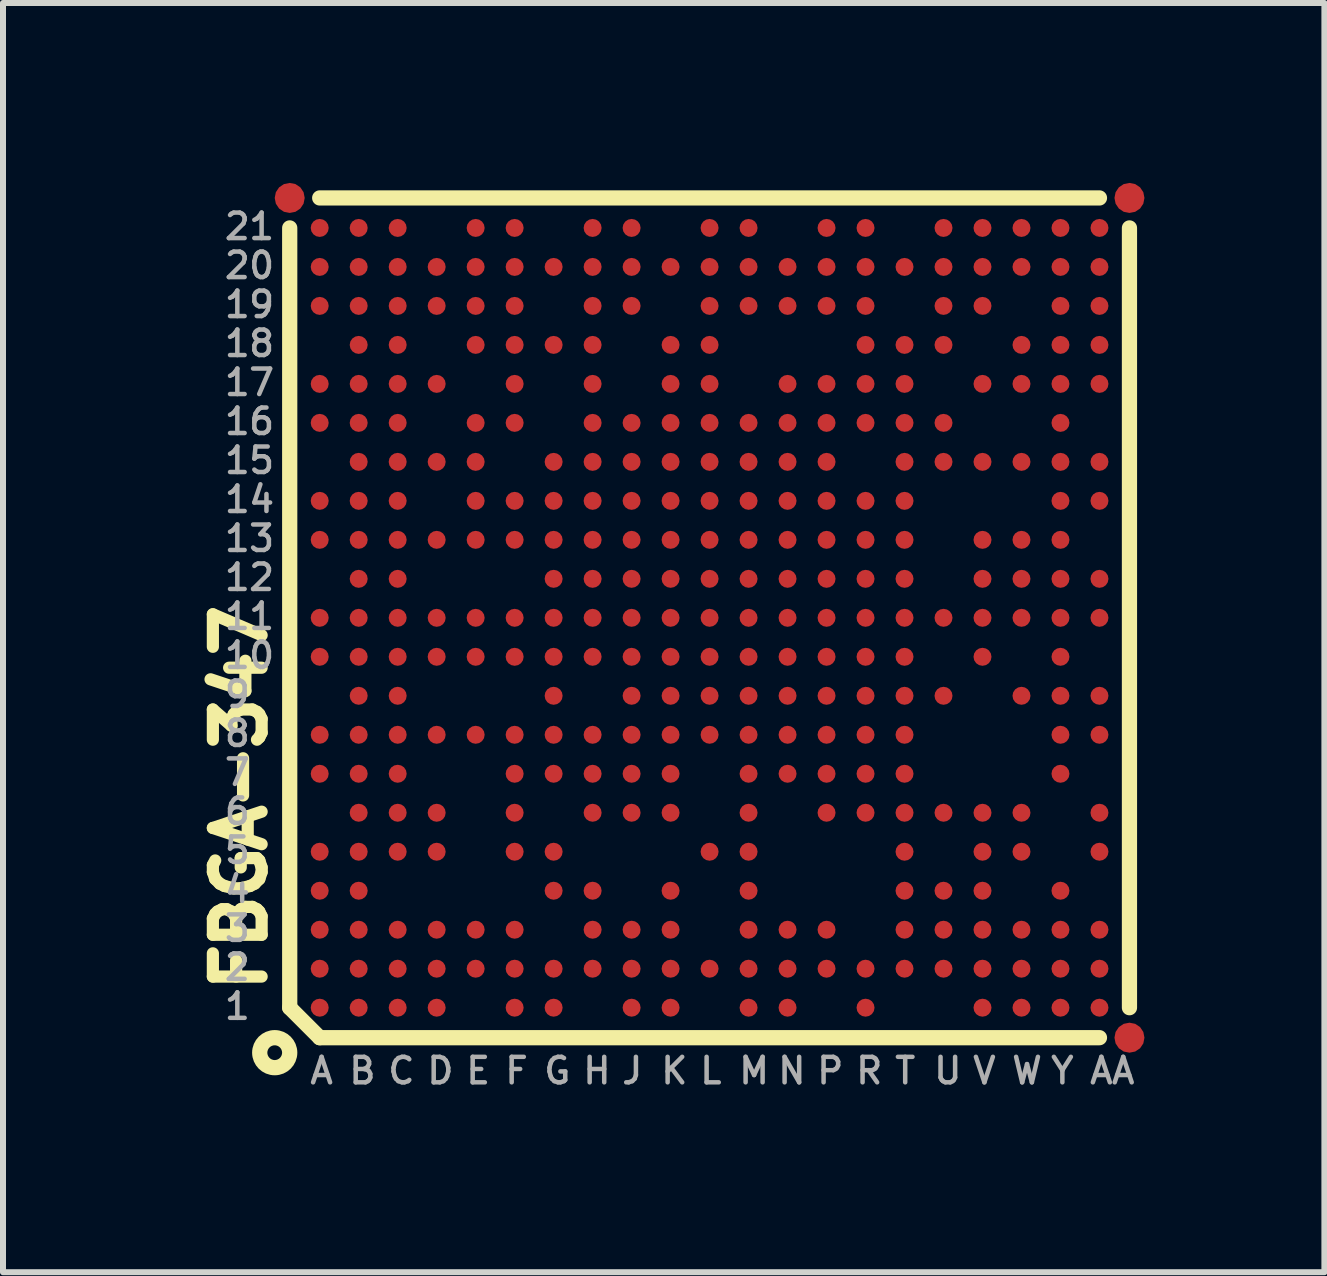
<source format=kicad_pcb>
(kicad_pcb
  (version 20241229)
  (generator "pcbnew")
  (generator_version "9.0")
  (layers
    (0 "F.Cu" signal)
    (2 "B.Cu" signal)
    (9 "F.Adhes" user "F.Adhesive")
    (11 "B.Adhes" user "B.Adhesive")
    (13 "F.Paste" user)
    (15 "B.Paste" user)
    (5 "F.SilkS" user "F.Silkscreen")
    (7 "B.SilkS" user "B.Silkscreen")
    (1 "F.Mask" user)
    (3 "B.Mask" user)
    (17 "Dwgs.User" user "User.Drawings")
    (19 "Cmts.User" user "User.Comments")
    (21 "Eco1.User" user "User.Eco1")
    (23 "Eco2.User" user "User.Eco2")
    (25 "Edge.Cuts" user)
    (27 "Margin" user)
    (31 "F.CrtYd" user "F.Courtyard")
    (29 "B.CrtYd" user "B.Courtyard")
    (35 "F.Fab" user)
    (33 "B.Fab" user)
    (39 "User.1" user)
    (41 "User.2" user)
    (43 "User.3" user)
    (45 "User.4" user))
  (footprint "FBGA-347"
    (layer "F.Cu")
    (at 8.78 7.25)
    (property "Reference" "FBGA-347" (at -7.358 6.308 90) (unlocked yes) (layer "F.SilkS") (effects (font (size 0.813 0.813) (thickness 0.203)) (justify left bottom)))
    (fp_line (start -7 -6.5) (end -7 6.5) (stroke (width 0.254) (type solid)) (layer "F.SilkS"))
    (fp_line (start -7 6.5) (end -6.5 7) (stroke (width 0.254) (type solid)) (layer "F.SilkS"))
    (fp_line (start -6.5 7) (end 6.5 7) (stroke (width 0.254) (type solid)) (layer "F.SilkS"))
    (fp_line (start 6.5 -7) (end -6.5 -7) (stroke (width 0.254) (type solid)) (layer "F.SilkS"))
    (fp_line (start 7 6.5) (end 7 -6.5) (stroke (width 0.254) (type solid)) (layer "F.SilkS"))
    (fp_circle (center -7.25 7.25) (end -7 7.25) (stroke (width 0.254) (type solid)) (fill no) (layer "F.SilkS"))
    (fp_text user "Y" (at 5.65 7.8 0) (layer "F.Fab") (effects (font (size 0.425 0.425) (thickness 0.075)) (justify left bottom)))
    (fp_text user "D" (at -4.75 7.8 0) (layer "F.Fab") (effects (font (size 0.425 0.425) (thickness 0.075)) (justify left bottom)))
    (fp_text user "N" (at 1.1 7.8 0) (layer "F.Fab") (effects (font (size 0.425 0.425) (thickness 0.075)) (justify left bottom)))
    (fp_text user "C" (at -5.4 7.8 0) (layer "F.Fab") (effects (font (size 0.425 0.425) (thickness 0.075)) (justify left bottom)))
    (fp_text user "8" (at -8.125 2.175 0) (layer "F.Fab") (effects (font (size 0.425 0.425) (thickness 0.075)) (justify left bottom)))
    (fp_text user "14" (at -8.125 -1.725 0) (layer "F.Fab") (effects (font (size 0.425 0.425) (thickness 0.075)) (justify left bottom)))
    (fp_text user "R" (at 2.4 7.8 0) (layer "F.Fab") (effects (font (size 0.425 0.425) (thickness 0.075)) (justify left bottom)))
    (fp_text user "J" (at -1.5 7.8 0) (layer "F.Fab") (effects (font (size 0.425 0.425) (thickness 0.075)) (justify left bottom)))
    (fp_text user "19" (at -8.125 -4.975 0) (layer "F.Fab") (effects (font (size 0.425 0.425) (thickness 0.075)) (justify left bottom)))
    (fp_text user "21" (at -8.125 -6.275 0) (layer "F.Fab") (effects (font (size 0.425 0.425) (thickness 0.075)) (justify left bottom)))
    (fp_text user "F" (at -3.45 7.8 0) (layer "F.Fab") (effects (font (size 0.425 0.425) (thickness 0.075)) (justify left bottom)))
    (fp_text user "U" (at 3.7 7.8 0) (layer "F.Fab") (effects (font (size 0.425 0.425) (thickness 0.075)) (justify left bottom)))
    (fp_text user "A" (at -6.7 7.8 0) (layer "F.Fab") (effects (font (size 0.425 0.425) (thickness 0.075)) (justify left bottom)))
    (fp_text user "T" (at 3.05 7.8 0) (layer "F.Fab") (effects (font (size 0.425 0.425) (thickness 0.075)) (justify left bottom)))
    (fp_text user "W" (at 5 7.8 0) (layer "F.Fab") (effects (font (size 0.425 0.425) (thickness 0.075)) (justify left bottom)))
    (fp_text user "P" (at 1.75 7.8 0) (layer "F.Fab") (effects (font (size 0.425 0.425) (thickness 0.075)) (justify left bottom)))
    (fp_text user "AA" (at 6.3 7.8 0) (layer "F.Fab") (effects (font (size 0.425 0.425) (thickness 0.075)) (justify left bottom)))
    (fp_text user "10" (at -8.125 0.875 0) (layer "F.Fab") (effects (font (size 0.425 0.425) (thickness 0.075)) (justify left bottom)))
    (fp_text user "15" (at -8.125 -2.375 0) (layer "F.Fab") (effects (font (size 0.425 0.425) (thickness 0.075)) (justify left bottom)))
    (fp_text user "17" (at -8.125 -3.675 0) (layer "F.Fab") (effects (font (size 0.425 0.425) (thickness 0.075)) (justify left bottom)))
    (fp_text user "V" (at 4.35 7.8 0) (layer "F.Fab") (effects (font (size 0.425 0.425) (thickness 0.075)) (justify left bottom)))
    (fp_text user "E" (at -4.1 7.8 0) (layer "F.Fab") (effects (font (size 0.425 0.425) (thickness 0.075)) (justify left bottom)))
    (fp_text user "4" (at -8.125 4.775 0) (layer "F.Fab") (effects (font (size 0.425 0.425) (thickness 0.075)) (justify left bottom)))
    (fp_text user "11" (at -8.125 0.225 0) (layer "F.Fab") (effects (font (size 0.425 0.425) (thickness 0.075)) (justify left bottom)))
    (fp_text user "7" (at -8.125 2.825 0) (layer "F.Fab") (effects (font (size 0.425 0.425) (thickness 0.075)) (justify left bottom)))
    (fp_text user "16" (at -8.125 -3.025 0) (layer "F.Fab") (effects (font (size 0.425 0.425) (thickness 0.075)) (justify left bottom)))
    (fp_text user "G" (at -2.8 7.8 0) (layer "F.Fab") (effects (font (size 0.425 0.425) (thickness 0.075)) (justify left bottom)))
    (fp_text user "M" (at 0.45 7.8 0) (layer "F.Fab") (effects (font (size 0.425 0.425) (thickness 0.075)) (justify left bottom)))
    (fp_text user "20" (at -8.125 -5.625 0) (layer "F.Fab") (effects (font (size 0.425 0.425) (thickness 0.075)) (justify left bottom)))
    (fp_text user "K" (at -0.85 7.8 0) (layer "F.Fab") (effects (font (size 0.425 0.425) (thickness 0.075)) (justify left bottom)))
    (fp_text user "5" (at -8.125 4.125 0) (layer "F.Fab") (effects (font (size 0.425 0.425) (thickness 0.075)) (justify left bottom)))
    (fp_text user "13" (at -8.125 -1.075 0) (layer "F.Fab") (effects (font (size 0.425 0.425) (thickness 0.075)) (justify left bottom)))
    (fp_text user "B" (at -6.05 7.8 0) (layer "F.Fab") (effects (font (size 0.425 0.425) (thickness 0.075)) (justify left bottom)))
    (fp_text user "2" (at -8.125 6.075 0) (layer "F.Fab") (effects (font (size 0.425 0.425) (thickness 0.075)) (justify left bottom)))
    (fp_text user "3" (at -8.125 5.425 0) (layer "F.Fab") (effects (font (size 0.425 0.425) (thickness 0.075)) (justify left bottom)))
    (fp_text user "H" (at -2.15 7.8 0) (layer "F.Fab") (effects (font (size 0.425 0.425) (thickness 0.075)) (justify left bottom)))
    (fp_text user "18" (at -8.125 -4.325 0) (layer "F.Fab") (effects (font (size 0.425 0.425) (thickness 0.075)) (justify left bottom)))
    (fp_text user "9" (at -8.125 1.525 0) (layer "F.Fab") (effects (font (size 0.425 0.425) (thickness 0.075)) (justify left bottom)))
    (fp_text user "6" (at -8.125 3.475 0) (layer "F.Fab") (effects (font (size 0.425 0.425) (thickness 0.075)) (justify left bottom)))
    (fp_text user "L" (at -0.2 7.8 0) (layer "F.Fab") (effects (font (size 0.425 0.425) (thickness 0.075)) (justify left bottom)))
    (fp_text user "1" (at -8.125 6.725 0) (layer "F.Fab") (effects (font (size 0.425 0.425) (thickness 0.075)) (justify left bottom)))
    (fp_text user "12" (at -8.125 -0.425 0) (layer "F.Fab") (effects (font (size 0.425 0.425) (thickness 0.075)) (justify left bottom)))
    (pad "A1" smd roundrect (at -6.5 6.5 90) (size 0.3 0.3) (layers "F.Cu" "F.Mask" "F.Paste") (roundrect_rratio 0.5))
    (pad "A2" smd roundrect (at -6.5 5.85 90) (size 0.3 0.3) (layers "F.Cu" "F.Mask" "F.Paste") (roundrect_rratio 0.5))
    (pad "A3" smd roundrect (at -6.5 5.2 90) (size 0.3 0.3) (layers "F.Cu" "F.Mask" "F.Paste") (roundrect_rratio 0.5))
    (pad "A4" smd roundrect (at -6.5 4.55 90) (size 0.3 0.3) (layers "F.Cu" "F.Mask" "F.Paste") (roundrect_rratio 0.5))
    (pad "A5" smd roundrect (at -6.5 3.9 90) (size 0.3 0.3) (layers "F.Cu" "F.Mask" "F.Paste") (roundrect_rratio 0.5))
    (pad "A7" smd roundrect (at -6.5 2.6 90) (size 0.3 0.3) (layers "F.Cu" "F.Mask" "F.Paste") (roundrect_rratio 0.5))
    (pad "A8" smd roundrect (at -6.5 1.95 90) (size 0.3 0.3) (layers "F.Cu" "F.Mask" "F.Paste") (roundrect_rratio 0.5))
    (pad "A10" smd roundrect (at -6.5 0.65 90) (size 0.3 0.3) (layers "F.Cu" "F.Mask" "F.Paste") (roundrect_rratio 0.5))
    (pad "A11" smd roundrect (at -6.5 0 90) (size 0.3 0.3) (layers "F.Cu" "F.Mask" "F.Paste") (roundrect_rratio 0.5))
    (pad "A13" smd roundrect (at -6.5 -1.3 90) (size 0.3 0.3) (layers "F.Cu" "F.Mask" "F.Paste") (roundrect_rratio 0.5))
    (pad "A14" smd roundrect (at -6.5 -1.95 90) (size 0.3 0.3) (layers "F.Cu" "F.Mask" "F.Paste") (roundrect_rratio 0.5))
    (pad "A16" smd roundrect (at -6.5 -3.25 90) (size 0.3 0.3) (layers "F.Cu" "F.Mask" "F.Paste") (roundrect_rratio 0.5))
    (pad "A17" smd roundrect (at -6.5 -3.9 90) (size 0.3 0.3) (layers "F.Cu" "F.Mask" "F.Paste") (roundrect_rratio 0.5))
    (pad "A19" smd roundrect (at -6.5 -5.2 90) (size 0.3 0.3) (layers "F.Cu" "F.Mask" "F.Paste") (roundrect_rratio 0.5))
    (pad "A20" smd roundrect (at -6.5 -5.85 90) (size 0.3 0.3) (layers "F.Cu" "F.Mask" "F.Paste") (roundrect_rratio 0.5))
    (pad "A21" smd roundrect (at -6.5 -6.5 90) (size 0.3 0.3) (layers "F.Cu" "F.Mask" "F.Paste") (roundrect_rratio 0.5))
    (pad "AA1" smd roundrect (at 6.5 6.5 90) (size 0.3 0.3) (layers "F.Cu" "F.Mask" "F.Paste") (roundrect_rratio 0.5))
    (pad "AA2" smd roundrect (at 6.5 5.85 90) (size 0.3 0.3) (layers "F.Cu" "F.Mask" "F.Paste") (roundrect_rratio 0.5))
    (pad "AA3" smd roundrect (at 6.5 5.2 90) (size 0.3 0.3) (layers "F.Cu" "F.Mask" "F.Paste") (roundrect_rratio 0.5))
    (pad "AA5" smd roundrect (at 6.5 3.9 90) (size 0.3 0.3) (layers "F.Cu" "F.Mask" "F.Paste") (roundrect_rratio 0.5))
    (pad "AA6" smd roundrect (at 6.5 3.25 90) (size 0.3 0.3) (layers "F.Cu" "F.Mask" "F.Paste") (roundrect_rratio 0.5))
    (pad "AA8" smd roundrect (at 6.5 1.95 90) (size 0.3 0.3) (layers "F.Cu" "F.Mask" "F.Paste") (roundrect_rratio 0.5))
    (pad "AA9" smd roundrect (at 6.5 1.3 90) (size 0.3 0.3) (layers "F.Cu" "F.Mask" "F.Paste") (roundrect_rratio 0.5))
    (pad "AA11" smd roundrect (at 6.5 0 90) (size 0.3 0.3) (layers "F.Cu" "F.Mask" "F.Paste") (roundrect_rratio 0.5))
    (pad "AA12" smd roundrect (at 6.5 -0.65 90) (size 0.3 0.3) (layers "F.Cu" "F.Mask" "F.Paste") (roundrect_rratio 0.5))
    (pad "AA14" smd roundrect (at 6.5 -1.95 90) (size 0.3 0.3) (layers "F.Cu" "F.Mask" "F.Paste") (roundrect_rratio 0.5))
    (pad "AA15" smd roundrect (at 6.5 -2.6 90) (size 0.3 0.3) (layers "F.Cu" "F.Mask" "F.Paste") (roundrect_rratio 0.5))
    (pad "AA17" smd roundrect (at 6.5 -3.9 90) (size 0.3 0.3) (layers "F.Cu" "F.Mask" "F.Paste") (roundrect_rratio 0.5))
    (pad "AA18" smd roundrect (at 6.5 -4.55 90) (size 0.3 0.3) (layers "F.Cu" "F.Mask" "F.Paste") (roundrect_rratio 0.5))
    (pad "AA19" smd roundrect (at 6.5 -5.2 90) (size 0.3 0.3) (layers "F.Cu" "F.Mask" "F.Paste") (roundrect_rratio 0.5))
    (pad "AA20" smd roundrect (at 6.5 -5.85 90) (size 0.3 0.3) (layers "F.Cu" "F.Mask" "F.Paste") (roundrect_rratio 0.5))
    (pad "AA21" smd roundrect (at 6.5 -6.5 90) (size 0.3 0.3) (layers "F.Cu" "F.Mask" "F.Paste") (roundrect_rratio 0.5))
    (pad "B1" smd roundrect (at -5.85 6.5 90) (size 0.3 0.3) (layers "F.Cu" "F.Mask" "F.Paste") (roundrect_rratio 0.5))
    (pad "B2" smd roundrect (at -5.85 5.85 90) (size 0.3 0.3) (layers "F.Cu" "F.Mask" "F.Paste") (roundrect_rratio 0.5))
    (pad "B3" smd roundrect (at -5.85 5.2 90) (size 0.3 0.3) (layers "F.Cu" "F.Mask" "F.Paste") (roundrect_rratio 0.5))
    (pad "B4" smd roundrect (at -5.85 4.55 90) (size 0.3 0.3) (layers "F.Cu" "F.Mask" "F.Paste") (roundrect_rratio 0.5))
    (pad "B5" smd roundrect (at -5.85 3.9 90) (size 0.3 0.3) (layers "F.Cu" "F.Mask" "F.Paste") (roundrect_rratio 0.5))
    (pad "B6" smd roundrect (at -5.85 3.25 90) (size 0.3 0.3) (layers "F.Cu" "F.Mask" "F.Paste") (roundrect_rratio 0.5))
    (pad "B7" smd roundrect (at -5.85 2.6 90) (size 0.3 0.3) (layers "F.Cu" "F.Mask" "F.Paste") (roundrect_rratio 0.5))
    (pad "B8" smd roundrect (at -5.85 1.95 90) (size 0.3 0.3) (layers "F.Cu" "F.Mask" "F.Paste") (roundrect_rratio 0.5))
    (pad "B9" smd roundrect (at -5.85 1.3 90) (size 0.3 0.3) (layers "F.Cu" "F.Mask" "F.Paste") (roundrect_rratio 0.5))
    (pad "B10" smd roundrect (at -5.85 0.65 90) (size 0.3 0.3) (layers "F.Cu" "F.Mask" "F.Paste") (roundrect_rratio 0.5))
    (pad "B11" smd roundrect (at -5.85 0 90) (size 0.3 0.3) (layers "F.Cu" "F.Mask" "F.Paste") (roundrect_rratio 0.5))
    (pad "B12" smd roundrect (at -5.85 -0.65 90) (size 0.3 0.3) (layers "F.Cu" "F.Mask" "F.Paste") (roundrect_rratio 0.5))
    (pad "B13" smd roundrect (at -5.85 -1.3 90) (size 0.3 0.3) (layers "F.Cu" "F.Mask" "F.Paste") (roundrect_rratio 0.5))
    (pad "B14" smd roundrect (at -5.85 -1.95 90) (size 0.3 0.3) (layers "F.Cu" "F.Mask" "F.Paste") (roundrect_rratio 0.5))
    (pad "B15" smd roundrect (at -5.85 -2.6 90) (size 0.3 0.3) (layers "F.Cu" "F.Mask" "F.Paste") (roundrect_rratio 0.5))
    (pad "B16" smd roundrect (at -5.85 -3.25 90) (size 0.3 0.3) (layers "F.Cu" "F.Mask" "F.Paste") (roundrect_rratio 0.5))
    (pad "B17" smd roundrect (at -5.85 -3.9 90) (size 0.3 0.3) (layers "F.Cu" "F.Mask" "F.Paste") (roundrect_rratio 0.5))
    (pad "B18" smd roundrect (at -5.85 -4.55 90) (size 0.3 0.3) (layers "F.Cu" "F.Mask" "F.Paste") (roundrect_rratio 0.5))
    (pad "B19" smd roundrect (at -5.85 -5.2 90) (size 0.3 0.3) (layers "F.Cu" "F.Mask" "F.Paste") (roundrect_rratio 0.5))
    (pad "B20" smd roundrect (at -5.85 -5.85 90) (size 0.3 0.3) (layers "F.Cu" "F.Mask" "F.Paste") (roundrect_rratio 0.5))
    (pad "B21" smd roundrect (at -5.85 -6.5 90) (size 0.3 0.3) (layers "F.Cu" "F.Mask" "F.Paste") (roundrect_rratio 0.5))
    (pad "C1" smd roundrect (at -5.2 6.5 90) (size 0.3 0.3) (layers "F.Cu" "F.Mask" "F.Paste") (roundrect_rratio 0.5))
    (pad "C2" smd roundrect (at -5.2 5.85 90) (size 0.3 0.3) (layers "F.Cu" "F.Mask" "F.Paste") (roundrect_rratio 0.5))
    (pad "C3" smd roundrect (at -5.2 5.2 90) (size 0.3 0.3) (layers "F.Cu" "F.Mask" "F.Paste") (roundrect_rratio 0.5))
    (pad "C5" smd roundrect (at -5.2 3.9 90) (size 0.3 0.3) (layers "F.Cu" "F.Mask" "F.Paste") (roundrect_rratio 0.5))
    (pad "C6" smd roundrect (at -5.2 3.25 90) (size 0.3 0.3) (layers "F.Cu" "F.Mask" "F.Paste") (roundrect_rratio 0.5))
    (pad "C7" smd roundrect (at -5.2 2.6 90) (size 0.3 0.3) (layers "F.Cu" "F.Mask" "F.Paste") (roundrect_rratio 0.5))
    (pad "C8" smd roundrect (at -5.2 1.95 90) (size 0.3 0.3) (layers "F.Cu" "F.Mask" "F.Paste") (roundrect_rratio 0.5))
    (pad "C9" smd roundrect (at -5.2 1.3 90) (size 0.3 0.3) (layers "F.Cu" "F.Mask" "F.Paste") (roundrect_rratio 0.5))
    (pad "C10" smd roundrect (at -5.2 0.65 90) (size 0.3 0.3) (layers "F.Cu" "F.Mask" "F.Paste") (roundrect_rratio 0.5))
    (pad "C11" smd roundrect (at -5.2 0 90) (size 0.3 0.3) (layers "F.Cu" "F.Mask" "F.Paste") (roundrect_rratio 0.5))
    (pad "C12" smd roundrect (at -5.2 -0.65 90) (size 0.3 0.3) (layers "F.Cu" "F.Mask" "F.Paste") (roundrect_rratio 0.5))
    (pad "C13" smd roundrect (at -5.2 -1.3 90) (size 0.3 0.3) (layers "F.Cu" "F.Mask" "F.Paste") (roundrect_rratio 0.5))
    (pad "C14" smd roundrect (at -5.2 -1.95 90) (size 0.3 0.3) (layers "F.Cu" "F.Mask" "F.Paste") (roundrect_rratio 0.5))
    (pad "C15" smd roundrect (at -5.2 -2.6 90) (size 0.3 0.3) (layers "F.Cu" "F.Mask" "F.Paste") (roundrect_rratio 0.5))
    (pad "C16" smd roundrect (at -5.2 -3.25 90) (size 0.3 0.3) (layers "F.Cu" "F.Mask" "F.Paste") (roundrect_rratio 0.5))
    (pad "C17" smd roundrect (at -5.2 -3.9 90) (size 0.3 0.3) (layers "F.Cu" "F.Mask" "F.Paste") (roundrect_rratio 0.5))
    (pad "C18" smd roundrect (at -5.2 -4.55 90) (size 0.3 0.3) (layers "F.Cu" "F.Mask" "F.Paste") (roundrect_rratio 0.5))
    (pad "C19" smd roundrect (at -5.2 -5.2 90) (size 0.3 0.3) (layers "F.Cu" "F.Mask" "F.Paste") (roundrect_rratio 0.5))
    (pad "C20" smd roundrect (at -5.2 -5.85 90) (size 0.3 0.3) (layers "F.Cu" "F.Mask" "F.Paste") (roundrect_rratio 0.5))
    (pad "C21" smd roundrect (at -5.2 -6.5 90) (size 0.3 0.3) (layers "F.Cu" "F.Mask" "F.Paste") (roundrect_rratio 0.5))
    (pad "D1" smd roundrect (at -4.55 6.5 90) (size 0.3 0.3) (layers "F.Cu" "F.Mask" "F.Paste") (roundrect_rratio 0.5))
    (pad "D2" smd roundrect (at -4.55 5.85 90) (size 0.3 0.3) (layers "F.Cu" "F.Mask" "F.Paste") (roundrect_rratio 0.5))
    (pad "D3" smd roundrect (at -4.55 5.2 90) (size 0.3 0.3) (layers "F.Cu" "F.Mask" "F.Paste") (roundrect_rratio 0.5))
    (pad "D5" smd roundrect (at -4.55 3.9 90) (size 0.3 0.3) (layers "F.Cu" "F.Mask" "F.Paste") (roundrect_rratio 0.5))
    (pad "D6" smd roundrect (at -4.55 3.25 90) (size 0.3 0.3) (layers "F.Cu" "F.Mask" "F.Paste") (roundrect_rratio 0.5))
    (pad "D8" smd roundrect (at -4.55 1.95 90) (size 0.3 0.3) (layers "F.Cu" "F.Mask" "F.Paste") (roundrect_rratio 0.5))
    (pad "D10" smd roundrect (at -4.55 0.65 90) (size 0.3 0.3) (layers "F.Cu" "F.Mask" "F.Paste") (roundrect_rratio 0.5))
    (pad "D11" smd roundrect (at -4.55 0 90) (size 0.3 0.3) (layers "F.Cu" "F.Mask" "F.Paste") (roundrect_rratio 0.5))
    (pad "D13" smd roundrect (at -4.55 -1.3 90) (size 0.3 0.3) (layers "F.Cu" "F.Mask" "F.Paste") (roundrect_rratio 0.5))
    (pad "D15" smd roundrect (at -4.55 -2.6 90) (size 0.3 0.3) (layers "F.Cu" "F.Mask" "F.Paste") (roundrect_rratio 0.5))
    (pad "D17" smd roundrect (at -4.55 -3.9 90) (size 0.3 0.3) (layers "F.Cu" "F.Mask" "F.Paste") (roundrect_rratio 0.5))
    (pad "D19" smd roundrect (at -4.55 -5.2 90) (size 0.3 0.3) (layers "F.Cu" "F.Mask" "F.Paste") (roundrect_rratio 0.5))
    (pad "D20" smd roundrect (at -4.55 -5.85 90) (size 0.3 0.3) (layers "F.Cu" "F.Mask" "F.Paste") (roundrect_rratio 0.5))
    (pad "E2" smd roundrect (at -3.9 5.85 90) (size 0.3 0.3) (layers "F.Cu" "F.Mask" "F.Paste") (roundrect_rratio 0.5))
    (pad "E3" smd roundrect (at -3.9 5.2 90) (size 0.3 0.3) (layers "F.Cu" "F.Mask" "F.Paste") (roundrect_rratio 0.5))
    (pad "E8" smd roundrect (at -3.9 1.95 90) (size 0.3 0.3) (layers "F.Cu" "F.Mask" "F.Paste") (roundrect_rratio 0.5))
    (pad "E10" smd roundrect (at -3.9 0.65 90) (size 0.3 0.3) (layers "F.Cu" "F.Mask" "F.Paste") (roundrect_rratio 0.5))
    (pad "E11" smd roundrect (at -3.9 0 90) (size 0.3 0.3) (layers "F.Cu" "F.Mask" "F.Paste") (roundrect_rratio 0.5))
    (pad "E13" smd roundrect (at -3.9 -1.3 90) (size 0.3 0.3) (layers "F.Cu" "F.Mask" "F.Paste") (roundrect_rratio 0.5))
    (pad "E14" smd roundrect (at -3.9 -1.95 90) (size 0.3 0.3) (layers "F.Cu" "F.Mask" "F.Paste") (roundrect_rratio 0.5))
    (pad "E15" smd roundrect (at -3.9 -2.6 90) (size 0.3 0.3) (layers "F.Cu" "F.Mask" "F.Paste") (roundrect_rratio 0.5))
    (pad "E16" smd roundrect (at -3.9 -3.25 90) (size 0.3 0.3) (layers "F.Cu" "F.Mask" "F.Paste") (roundrect_rratio 0.5))
    (pad "E18" smd roundrect (at -3.9 -4.55 90) (size 0.3 0.3) (layers "F.Cu" "F.Mask" "F.Paste") (roundrect_rratio 0.5))
    (pad "E19" smd roundrect (at -3.9 -5.2 90) (size 0.3 0.3) (layers "F.Cu" "F.Mask" "F.Paste") (roundrect_rratio 0.5))
    (pad "E20" smd roundrect (at -3.9 -5.85 90) (size 0.3 0.3) (layers "F.Cu" "F.Mask" "F.Paste") (roundrect_rratio 0.5))
    (pad "E21" smd roundrect (at -3.9 -6.5 90) (size 0.3 0.3) (layers "F.Cu" "F.Mask" "F.Paste") (roundrect_rratio 0.5))
    (pad "F1" smd roundrect (at -3.25 6.5 90) (size 0.3 0.3) (layers "F.Cu" "F.Mask" "F.Paste") (roundrect_rratio 0.5))
    (pad "F2" smd roundrect (at -3.25 5.85 90) (size 0.3 0.3) (layers "F.Cu" "F.Mask" "F.Paste") (roundrect_rratio 0.5))
    (pad "F3" smd roundrect (at -3.25 5.2 90) (size 0.3 0.3) (layers "F.Cu" "F.Mask" "F.Paste") (roundrect_rratio 0.5))
    (pad "F5" smd roundrect (at -3.25 3.9 90) (size 0.3 0.3) (layers "F.Cu" "F.Mask" "F.Paste") (roundrect_rratio 0.5))
    (pad "F6" smd roundrect (at -3.25 3.25 90) (size 0.3 0.3) (layers "F.Cu" "F.Mask" "F.Paste") (roundrect_rratio 0.5))
    (pad "F7" smd roundrect (at -3.25 2.6 90) (size 0.3 0.3) (layers "F.Cu" "F.Mask" "F.Paste") (roundrect_rratio 0.5))
    (pad "F8" smd roundrect (at -3.25 1.95 90) (size 0.3 0.3) (layers "F.Cu" "F.Mask" "F.Paste") (roundrect_rratio 0.5))
    (pad "F10" smd roundrect (at -3.25 0.65 90) (size 0.3 0.3) (layers "F.Cu" "F.Mask" "F.Paste") (roundrect_rratio 0.5))
    (pad "F11" smd roundrect (at -3.25 0 90) (size 0.3 0.3) (layers "F.Cu" "F.Mask" "F.Paste") (roundrect_rratio 0.5))
    (pad "F13" smd roundrect (at -3.25 -1.3 90) (size 0.3 0.3) (layers "F.Cu" "F.Mask" "F.Paste") (roundrect_rratio 0.5))
    (pad "F14" smd roundrect (at -3.25 -1.95 90) (size 0.3 0.3) (layers "F.Cu" "F.Mask" "F.Paste") (roundrect_rratio 0.5))
    (pad "F16" smd roundrect (at -3.25 -3.25 90) (size 0.3 0.3) (layers "F.Cu" "F.Mask" "F.Paste") (roundrect_rratio 0.5))
    (pad "F17" smd roundrect (at -3.25 -3.9 90) (size 0.3 0.3) (layers "F.Cu" "F.Mask" "F.Paste") (roundrect_rratio 0.5))
    (pad "F18" smd roundrect (at -3.25 -4.55 90) (size 0.3 0.3) (layers "F.Cu" "F.Mask" "F.Paste") (roundrect_rratio 0.5))
    (pad "F19" smd roundrect (at -3.25 -5.2 90) (size 0.3 0.3) (layers "F.Cu" "F.Mask" "F.Paste") (roundrect_rratio 0.5))
    (pad "F20" smd roundrect (at -3.25 -5.85 90) (size 0.3 0.3) (layers "F.Cu" "F.Mask" "F.Paste") (roundrect_rratio 0.5))
    (pad "F21" smd roundrect (at -3.25 -6.5 90) (size 0.3 0.3) (layers "F.Cu" "F.Mask" "F.Paste") (roundrect_rratio 0.5))
    (pad "FID1" smd roundrect (at -7 -7 90) (size 0.5 0.5) (layers "F.Cu" "F.Mask") (roundrect_rratio 0.5))
    (pad "FID2" smd roundrect (at 7 -7 90) (size 0.5 0.5) (layers "F.Cu" "F.Mask") (roundrect_rratio 0.5))
    (pad "FID3" smd roundrect (at 7 7 90) (size 0.5 0.5) (layers "F.Cu" "F.Mask") (roundrect_rratio 0.5))
    (pad "G1" smd roundrect (at -2.6 6.5 90) (size 0.3 0.3) (layers "F.Cu" "F.Mask" "F.Paste") (roundrect_rratio 0.5))
    (pad "G2" smd roundrect (at -2.6 5.85 90) (size 0.3 0.3) (layers "F.Cu" "F.Mask" "F.Paste") (roundrect_rratio 0.5))
    (pad "G4" smd roundrect (at -2.6 4.55 90) (size 0.3 0.3) (layers "F.Cu" "F.Mask" "F.Paste") (roundrect_rratio 0.5))
    (pad "G5" smd roundrect (at -2.6 3.9 90) (size 0.3 0.3) (layers "F.Cu" "F.Mask" "F.Paste") (roundrect_rratio 0.5))
    (pad "G7" smd roundrect (at -2.6 2.6 90) (size 0.3 0.3) (layers "F.Cu" "F.Mask" "F.Paste") (roundrect_rratio 0.5))
    (pad "G8" smd roundrect (at -2.6 1.95 90) (size 0.3 0.3) (layers "F.Cu" "F.Mask" "F.Paste") (roundrect_rratio 0.5))
    (pad "G9" smd roundrect (at -2.6 1.3 90) (size 0.3 0.3) (layers "F.Cu" "F.Mask" "F.Paste") (roundrect_rratio 0.5))
    (pad "G10" smd roundrect (at -2.6 0.65 90) (size 0.3 0.3) (layers "F.Cu" "F.Mask" "F.Paste") (roundrect_rratio 0.5))
    (pad "G11" smd roundrect (at -2.6 0 90) (size 0.3 0.3) (layers "F.Cu" "F.Mask" "F.Paste") (roundrect_rratio 0.5))
    (pad "G12" smd roundrect (at -2.6 -0.65 90) (size 0.3 0.3) (layers "F.Cu" "F.Mask" "F.Paste") (roundrect_rratio 0.5))
    (pad "G13" smd roundrect (at -2.6 -1.3 90) (size 0.3 0.3) (layers "F.Cu" "F.Mask" "F.Paste") (roundrect_rratio 0.5))
    (pad "G14" smd roundrect (at -2.6 -1.95 90) (size 0.3 0.3) (layers "F.Cu" "F.Mask" "F.Paste") (roundrect_rratio 0.5))
    (pad "G15" smd roundrect (at -2.6 -2.6 90) (size 0.3 0.3) (layers "F.Cu" "F.Mask" "F.Paste") (roundrect_rratio 0.5))
    (pad "G18" smd roundrect (at -2.6 -4.55 90) (size 0.3 0.3) (layers "F.Cu" "F.Mask" "F.Paste") (roundrect_rratio 0.5))
    (pad "G20" smd roundrect (at -2.6 -5.85 90) (size 0.3 0.3) (layers "F.Cu" "F.Mask" "F.Paste") (roundrect_rratio 0.5))
    (pad "H2" smd roundrect (at -1.95 5.85 90) (size 0.3 0.3) (layers "F.Cu" "F.Mask" "F.Paste") (roundrect_rratio 0.5))
    (pad "H3" smd roundrect (at -1.95 5.2 90) (size 0.3 0.3) (layers "F.Cu" "F.Mask" "F.Paste") (roundrect_rratio 0.5))
    (pad "H4" smd roundrect (at -1.95 4.55 90) (size 0.3 0.3) (layers "F.Cu" "F.Mask" "F.Paste") (roundrect_rratio 0.5))
    (pad "H6" smd roundrect (at -1.95 3.25 90) (size 0.3 0.3) (layers "F.Cu" "F.Mask" "F.Paste") (roundrect_rratio 0.5))
    (pad "H7" smd roundrect (at -1.95 2.6 90) (size 0.3 0.3) (layers "F.Cu" "F.Mask" "F.Paste") (roundrect_rratio 0.5))
    (pad "H8" smd roundrect (at -1.95 1.95 90) (size 0.3 0.3) (layers "F.Cu" "F.Mask" "F.Paste") (roundrect_rratio 0.5))
    (pad "H10" smd roundrect (at -1.95 0.65 90) (size 0.3 0.3) (layers "F.Cu" "F.Mask" "F.Paste") (roundrect_rratio 0.5))
    (pad "H11" smd roundrect (at -1.95 0 90) (size 0.3 0.3) (layers "F.Cu" "F.Mask" "F.Paste") (roundrect_rratio 0.5))
    (pad "H12" smd roundrect (at -1.95 -0.65 90) (size 0.3 0.3) (layers "F.Cu" "F.Mask" "F.Paste") (roundrect_rratio 0.5))
    (pad "H13" smd roundrect (at -1.95 -1.3 90) (size 0.3 0.3) (layers "F.Cu" "F.Mask" "F.Paste") (roundrect_rratio 0.5))
    (pad "H14" smd roundrect (at -1.95 -1.95 90) (size 0.3 0.3) (layers "F.Cu" "F.Mask" "F.Paste") (roundrect_rratio 0.5))
    (pad "H15" smd roundrect (at -1.95 -2.6 90) (size 0.3 0.3) (layers "F.Cu" "F.Mask" "F.Paste") (roundrect_rratio 0.5))
    (pad "H16" smd roundrect (at -1.95 -3.25 90) (size 0.3 0.3) (layers "F.Cu" "F.Mask" "F.Paste") (roundrect_rratio 0.5))
    (pad "H17" smd roundrect (at -1.95 -3.9 90) (size 0.3 0.3) (layers "F.Cu" "F.Mask" "F.Paste") (roundrect_rratio 0.5))
    (pad "H18" smd roundrect (at -1.95 -4.55 90) (size 0.3 0.3) (layers "F.Cu" "F.Mask" "F.Paste") (roundrect_rratio 0.5))
    (pad "H19" smd roundrect (at -1.95 -5.2 90) (size 0.3 0.3) (layers "F.Cu" "F.Mask" "F.Paste") (roundrect_rratio 0.5))
    (pad "H20" smd roundrect (at -1.95 -5.85 90) (size 0.3 0.3) (layers "F.Cu" "F.Mask" "F.Paste") (roundrect_rratio 0.5))
    (pad "H21" smd roundrect (at -1.95 -6.5 90) (size 0.3 0.3) (layers "F.Cu" "F.Mask" "F.Paste") (roundrect_rratio 0.5))
    (pad "J1" smd roundrect (at -1.3 6.5 90) (size 0.3 0.3) (layers "F.Cu" "F.Mask" "F.Paste") (roundrect_rratio 0.5))
    (pad "J2" smd roundrect (at -1.3 5.85 90) (size 0.3 0.3) (layers "F.Cu" "F.Mask" "F.Paste") (roundrect_rratio 0.5))
    (pad "J3" smd roundrect (at -1.3 5.2 90) (size 0.3 0.3) (layers "F.Cu" "F.Mask" "F.Paste") (roundrect_rratio 0.5))
    (pad "J6" smd roundrect (at -1.3 3.25 90) (size 0.3 0.3) (layers "F.Cu" "F.Mask" "F.Paste") (roundrect_rratio 0.5))
    (pad "J7" smd roundrect (at -1.3 2.6 90) (size 0.3 0.3) (layers "F.Cu" "F.Mask" "F.Paste") (roundrect_rratio 0.5))
    (pad "J8" smd roundrect (at -1.3 1.95 90) (size 0.3 0.3) (layers "F.Cu" "F.Mask" "F.Paste") (roundrect_rratio 0.5))
    (pad "J9" smd roundrect (at -1.3 1.3 90) (size 0.3 0.3) (layers "F.Cu" "F.Mask" "F.Paste") (roundrect_rratio 0.5))
    (pad "J10" smd roundrect (at -1.3 0.65 90) (size 0.3 0.3) (layers "F.Cu" "F.Mask" "F.Paste") (roundrect_rratio 0.5))
    (pad "J11" smd roundrect (at -1.3 0 90) (size 0.3 0.3) (layers "F.Cu" "F.Mask" "F.Paste") (roundrect_rratio 0.5))
    (pad "J12" smd roundrect (at -1.3 -0.65 90) (size 0.3 0.3) (layers "F.Cu" "F.Mask" "F.Paste") (roundrect_rratio 0.5))
    (pad "J13" smd roundrect (at -1.3 -1.3 90) (size 0.3 0.3) (layers "F.Cu" "F.Mask" "F.Paste") (roundrect_rratio 0.5))
    (pad "J14" smd roundrect (at -1.3 -1.95 90) (size 0.3 0.3) (layers "F.Cu" "F.Mask" "F.Paste") (roundrect_rratio 0.5))
    (pad "J15" smd roundrect (at -1.3 -2.6 90) (size 0.3 0.3) (layers "F.Cu" "F.Mask" "F.Paste") (roundrect_rratio 0.5))
    (pad "J16" smd roundrect (at -1.3 -3.25 90) (size 0.3 0.3) (layers "F.Cu" "F.Mask" "F.Paste") (roundrect_rratio 0.5))
    (pad "J19" smd roundrect (at -1.3 -5.2 90) (size 0.3 0.3) (layers "F.Cu" "F.Mask" "F.Paste") (roundrect_rratio 0.5))
    (pad "J20" smd roundrect (at -1.3 -5.85 90) (size 0.3 0.3) (layers "F.Cu" "F.Mask" "F.Paste") (roundrect_rratio 0.5))
    (pad "J21" smd roundrect (at -1.3 -6.5 90) (size 0.3 0.3) (layers "F.Cu" "F.Mask" "F.Paste") (roundrect_rratio 0.5))
    (pad "K1" smd roundrect (at -0.65 6.5 90) (size 0.3 0.3) (layers "F.Cu" "F.Mask" "F.Paste") (roundrect_rratio 0.5))
    (pad "K2" smd roundrect (at -0.65 5.85 90) (size 0.3 0.3) (layers "F.Cu" "F.Mask" "F.Paste") (roundrect_rratio 0.5))
    (pad "K3" smd roundrect (at -0.65 5.2 90) (size 0.3 0.3) (layers "F.Cu" "F.Mask" "F.Paste") (roundrect_rratio 0.5))
    (pad "K4" smd roundrect (at -0.65 4.55 90) (size 0.3 0.3) (layers "F.Cu" "F.Mask" "F.Paste") (roundrect_rratio 0.5))
    (pad "K6" smd roundrect (at -0.65 3.25 90) (size 0.3 0.3) (layers "F.Cu" "F.Mask" "F.Paste") (roundrect_rratio 0.5))
    (pad "K7" smd roundrect (at -0.65 2.6 90) (size 0.3 0.3) (layers "F.Cu" "F.Mask" "F.Paste") (roundrect_rratio 0.5))
    (pad "K8" smd roundrect (at -0.65 1.95 90) (size 0.3 0.3) (layers "F.Cu" "F.Mask" "F.Paste") (roundrect_rratio 0.5))
    (pad "K9" smd roundrect (at -0.65 1.3 90) (size 0.3 0.3) (layers "F.Cu" "F.Mask" "F.Paste") (roundrect_rratio 0.5))
    (pad "K10" smd roundrect (at -0.65 0.65 90) (size 0.3 0.3) (layers "F.Cu" "F.Mask" "F.Paste") (roundrect_rratio 0.5))
    (pad "K11" smd roundrect (at -0.65 0 90) (size 0.3 0.3) (layers "F.Cu" "F.Mask" "F.Paste") (roundrect_rratio 0.5))
    (pad "K12" smd roundrect (at -0.65 -0.65 90) (size 0.3 0.3) (layers "F.Cu" "F.Mask" "F.Paste") (roundrect_rratio 0.5))
    (pad "K13" smd roundrect (at -0.65 -1.3 90) (size 0.3 0.3) (layers "F.Cu" "F.Mask" "F.Paste") (roundrect_rratio 0.5))
    (pad "K14" smd roundrect (at -0.65 -1.95 90) (size 0.3 0.3) (layers "F.Cu" "F.Mask" "F.Paste") (roundrect_rratio 0.5))
    (pad "K15" smd roundrect (at -0.65 -2.6 90) (size 0.3 0.3) (layers "F.Cu" "F.Mask" "F.Paste") (roundrect_rratio 0.5))
    (pad "K16" smd roundrect (at -0.65 -3.25 90) (size 0.3 0.3) (layers "F.Cu" "F.Mask" "F.Paste") (roundrect_rratio 0.5))
    (pad "K17" smd roundrect (at -0.65 -3.9 90) (size 0.3 0.3) (layers "F.Cu" "F.Mask" "F.Paste") (roundrect_rratio 0.5))
    (pad "K18" smd roundrect (at -0.65 -4.55 90) (size 0.3 0.3) (layers "F.Cu" "F.Mask" "F.Paste") (roundrect_rratio 0.5))
    (pad "K20" smd roundrect (at -0.65 -5.85 90) (size 0.3 0.3) (layers "F.Cu" "F.Mask" "F.Paste") (roundrect_rratio 0.5))
    (pad "L2" smd roundrect (at 0 5.85 90) (size 0.3 0.3) (layers "F.Cu" "F.Mask" "F.Paste") (roundrect_rratio 0.5))
    (pad "L5" smd roundrect (at 0 3.9 90) (size 0.3 0.3) (layers "F.Cu" "F.Mask" "F.Paste") (roundrect_rratio 0.5))
    (pad "L8" smd roundrect (at 0 1.95 90) (size 0.3 0.3) (layers "F.Cu" "F.Mask" "F.Paste") (roundrect_rratio 0.5))
    (pad "L9" smd roundrect (at 0 1.3 90) (size 0.3 0.3) (layers "F.Cu" "F.Mask" "F.Paste") (roundrect_rratio 0.5))
    (pad "L10" smd roundrect (at 0 0.65 90) (size 0.3 0.3) (layers "F.Cu" "F.Mask" "F.Paste") (roundrect_rratio 0.5))
    (pad "L11" smd roundrect (at 0 0 90) (size 0.3 0.3) (layers "F.Cu" "F.Mask" "F.Paste") (roundrect_rratio 0.5))
    (pad "L12" smd roundrect (at 0 -0.65 90) (size 0.3 0.3) (layers "F.Cu" "F.Mask" "F.Paste") (roundrect_rratio 0.5))
    (pad "L13" smd roundrect (at 0 -1.3 90) (size 0.3 0.3) (layers "F.Cu" "F.Mask" "F.Paste") (roundrect_rratio 0.5))
    (pad "L14" smd roundrect (at 0 -1.95 90) (size 0.3 0.3) (layers "F.Cu" "F.Mask" "F.Paste") (roundrect_rratio 0.5))
    (pad "L15" smd roundrect (at 0 -2.6 90) (size 0.3 0.3) (layers "F.Cu" "F.Mask" "F.Paste") (roundrect_rratio 0.5))
    (pad "L16" smd roundrect (at 0 -3.25 90) (size 0.3 0.3) (layers "F.Cu" "F.Mask" "F.Paste") (roundrect_rratio 0.5))
    (pad "L17" smd roundrect (at 0 -3.9 90) (size 0.3 0.3) (layers "F.Cu" "F.Mask" "F.Paste") (roundrect_rratio 0.5))
    (pad "L18" smd roundrect (at 0 -4.55 90) (size 0.3 0.3) (layers "F.Cu" "F.Mask" "F.Paste") (roundrect_rratio 0.5))
    (pad "L19" smd roundrect (at 0 -5.2 90) (size 0.3 0.3) (layers "F.Cu" "F.Mask" "F.Paste") (roundrect_rratio 0.5))
    (pad "L20" smd roundrect (at 0 -5.85 90) (size 0.3 0.3) (layers "F.Cu" "F.Mask" "F.Paste") (roundrect_rratio 0.5))
    (pad "L21" smd roundrect (at 0 -6.5 90) (size 0.3 0.3) (layers "F.Cu" "F.Mask" "F.Paste") (roundrect_rratio 0.5))
    (pad "M1" smd roundrect (at 0.65 6.5 90) (size 0.3 0.3) (layers "F.Cu" "F.Mask" "F.Paste") (roundrect_rratio 0.5))
    (pad "M2" smd roundrect (at 0.65 5.85 90) (size 0.3 0.3) (layers "F.Cu" "F.Mask" "F.Paste") (roundrect_rratio 0.5))
    (pad "M3" smd roundrect (at 0.65 5.2 90) (size 0.3 0.3) (layers "F.Cu" "F.Mask" "F.Paste") (roundrect_rratio 0.5))
    (pad "M4" smd roundrect (at 0.65 4.55 90) (size 0.3 0.3) (layers "F.Cu" "F.Mask" "F.Paste") (roundrect_rratio 0.5))
    (pad "M5" smd roundrect (at 0.65 3.9 90) (size 0.3 0.3) (layers "F.Cu" "F.Mask" "F.Paste") (roundrect_rratio 0.5))
    (pad "M6" smd roundrect (at 0.65 3.25 90) (size 0.3 0.3) (layers "F.Cu" "F.Mask" "F.Paste") (roundrect_rratio 0.5))
    (pad "M7" smd roundrect (at 0.65 2.6 90) (size 0.3 0.3) (layers "F.Cu" "F.Mask" "F.Paste") (roundrect_rratio 0.5))
    (pad "M8" smd roundrect (at 0.65 1.95 90) (size 0.3 0.3) (layers "F.Cu" "F.Mask" "F.Paste") (roundrect_rratio 0.5))
    (pad "M9" smd roundrect (at 0.65 1.3 90) (size 0.3 0.3) (layers "F.Cu" "F.Mask" "F.Paste") (roundrect_rratio 0.5))
    (pad "M10" smd roundrect (at 0.65 0.65 90) (size 0.3 0.3) (layers "F.Cu" "F.Mask" "F.Paste") (roundrect_rratio 0.5))
    (pad "M11" smd roundrect (at 0.65 0 90) (size 0.3 0.3) (layers "F.Cu" "F.Mask" "F.Paste") (roundrect_rratio 0.5))
    (pad "M12" smd roundrect (at 0.65 -0.65 90) (size 0.3 0.3) (layers "F.Cu" "F.Mask" "F.Paste") (roundrect_rratio 0.5))
    (pad "M13" smd roundrect (at 0.65 -1.3 90) (size 0.3 0.3) (layers "F.Cu" "F.Mask" "F.Paste") (roundrect_rratio 0.5))
    (pad "M14" smd roundrect (at 0.65 -1.95 90) (size 0.3 0.3) (layers "F.Cu" "F.Mask" "F.Paste") (roundrect_rratio 0.5))
    (pad "M15" smd roundrect (at 0.65 -2.6 90) (size 0.3 0.3) (layers "F.Cu" "F.Mask" "F.Paste") (roundrect_rratio 0.5))
    (pad "M16" smd roundrect (at 0.65 -3.25 90) (size 0.3 0.3) (layers "F.Cu" "F.Mask" "F.Paste") (roundrect_rratio 0.5))
    (pad "M19" smd roundrect (at 0.65 -5.2 90) (size 0.3 0.3) (layers "F.Cu" "F.Mask" "F.Paste") (roundrect_rratio 0.5))
    (pad "M20" smd roundrect (at 0.65 -5.85 90) (size 0.3 0.3) (layers "F.Cu" "F.Mask" "F.Paste") (roundrect_rratio 0.5))
    (pad "M21" smd roundrect (at 0.65 -6.5 90) (size 0.3 0.3) (layers "F.Cu" "F.Mask" "F.Paste") (roundrect_rratio 0.5))
    (pad "N1" smd roundrect (at 1.3 6.5 90) (size 0.3 0.3) (layers "F.Cu" "F.Mask" "F.Paste") (roundrect_rratio 0.5))
    (pad "N2" smd roundrect (at 1.3 5.85 90) (size 0.3 0.3) (layers "F.Cu" "F.Mask" "F.Paste") (roundrect_rratio 0.5))
    (pad "N3" smd roundrect (at 1.3 5.2 90) (size 0.3 0.3) (layers "F.Cu" "F.Mask" "F.Paste") (roundrect_rratio 0.5))
    (pad "N7" smd roundrect (at 1.3 2.6 90) (size 0.3 0.3) (layers "F.Cu" "F.Mask" "F.Paste") (roundrect_rratio 0.5))
    (pad "N8" smd roundrect (at 1.3 1.95 90) (size 0.3 0.3) (layers "F.Cu" "F.Mask" "F.Paste") (roundrect_rratio 0.5))
    (pad "N9" smd roundrect (at 1.3 1.3 90) (size 0.3 0.3) (layers "F.Cu" "F.Mask" "F.Paste") (roundrect_rratio 0.5))
    (pad "N10" smd roundrect (at 1.3 0.65 90) (size 0.3 0.3) (layers "F.Cu" "F.Mask" "F.Paste") (roundrect_rratio 0.5))
    (pad "N11" smd roundrect (at 1.3 0 90) (size 0.3 0.3) (layers "F.Cu" "F.Mask" "F.Paste") (roundrect_rratio 0.5))
    (pad "N12" smd roundrect (at 1.3 -0.65 90) (size 0.3 0.3) (layers "F.Cu" "F.Mask" "F.Paste") (roundrect_rratio 0.5))
    (pad "N13" smd roundrect (at 1.3 -1.3 90) (size 0.3 0.3) (layers "F.Cu" "F.Mask" "F.Paste") (roundrect_rratio 0.5))
    (pad "N14" smd roundrect (at 1.3 -1.95 90) (size 0.3 0.3) (layers "F.Cu" "F.Mask" "F.Paste") (roundrect_rratio 0.5))
    (pad "N15" smd roundrect (at 1.3 -2.6 90) (size 0.3 0.3) (layers "F.Cu" "F.Mask" "F.Paste") (roundrect_rratio 0.5))
    (pad "N16" smd roundrect (at 1.3 -3.25 90) (size 0.3 0.3) (layers "F.Cu" "F.Mask" "F.Paste") (roundrect_rratio 0.5))
    (pad "N17" smd roundrect (at 1.3 -3.9 90) (size 0.3 0.3) (layers "F.Cu" "F.Mask" "F.Paste") (roundrect_rratio 0.5))
    (pad "N19" smd roundrect (at 1.3 -5.2 90) (size 0.3 0.3) (layers "F.Cu" "F.Mask" "F.Paste") (roundrect_rratio 0.5))
    (pad "N20" smd roundrect (at 1.3 -5.85 90) (size 0.3 0.3) (layers "F.Cu" "F.Mask" "F.Paste") (roundrect_rratio 0.5))
    (pad "P2" smd roundrect (at 1.95 5.85 90) (size 0.3 0.3) (layers "F.Cu" "F.Mask" "F.Paste") (roundrect_rratio 0.5))
    (pad "P3" smd roundrect (at 1.95 5.2 90) (size 0.3 0.3) (layers "F.Cu" "F.Mask" "F.Paste") (roundrect_rratio 0.5))
    (pad "P6" smd roundrect (at 1.95 3.25 90) (size 0.3 0.3) (layers "F.Cu" "F.Mask" "F.Paste") (roundrect_rratio 0.5))
    (pad "P7" smd roundrect (at 1.95 2.6 90) (size 0.3 0.3) (layers "F.Cu" "F.Mask" "F.Paste") (roundrect_rratio 0.5))
    (pad "P8" smd roundrect (at 1.95 1.95 90) (size 0.3 0.3) (layers "F.Cu" "F.Mask" "F.Paste") (roundrect_rratio 0.5))
    (pad "P9" smd roundrect (at 1.95 1.3 90) (size 0.3 0.3) (layers "F.Cu" "F.Mask" "F.Paste") (roundrect_rratio 0.5))
    (pad "P10" smd roundrect (at 1.95 0.65 90) (size 0.3 0.3) (layers "F.Cu" "F.Mask" "F.Paste") (roundrect_rratio 0.5))
    (pad "P11" smd roundrect (at 1.95 0 90) (size 0.3 0.3) (layers "F.Cu" "F.Mask" "F.Paste") (roundrect_rratio 0.5))
    (pad "P12" smd roundrect (at 1.95 -0.65 90) (size 0.3 0.3) (layers "F.Cu" "F.Mask" "F.Paste") (roundrect_rratio 0.5))
    (pad "P13" smd roundrect (at 1.95 -1.3 90) (size 0.3 0.3) (layers "F.Cu" "F.Mask" "F.Paste") (roundrect_rratio 0.5))
    (pad "P14" smd roundrect (at 1.95 -1.95 90) (size 0.3 0.3) (layers "F.Cu" "F.Mask" "F.Paste") (roundrect_rratio 0.5))
    (pad "P15" smd roundrect (at 1.95 -2.6 90) (size 0.3 0.3) (layers "F.Cu" "F.Mask" "F.Paste") (roundrect_rratio 0.5))
    (pad "P16" smd roundrect (at 1.95 -3.25 90) (size 0.3 0.3) (layers "F.Cu" "F.Mask" "F.Paste") (roundrect_rratio 0.5))
    (pad "P17" smd roundrect (at 1.95 -3.9 90) (size 0.3 0.3) (layers "F.Cu" "F.Mask" "F.Paste") (roundrect_rratio 0.5))
    (pad "P19" smd roundrect (at 1.95 -5.2 90) (size 0.3 0.3) (layers "F.Cu" "F.Mask" "F.Paste") (roundrect_rratio 0.5))
    (pad "P20" smd roundrect (at 1.95 -5.85 90) (size 0.3 0.3) (layers "F.Cu" "F.Mask" "F.Paste") (roundrect_rratio 0.5))
    (pad "P21" smd roundrect (at 1.95 -6.5 90) (size 0.3 0.3) (layers "F.Cu" "F.Mask" "F.Paste") (roundrect_rratio 0.5))
    (pad "R1" smd roundrect (at 2.6 6.5 90) (size 0.3 0.3) (layers "F.Cu" "F.Mask" "F.Paste") (roundrect_rratio 0.5))
    (pad "R2" smd roundrect (at 2.6 5.85 90) (size 0.3 0.3) (layers "F.Cu" "F.Mask" "F.Paste") (roundrect_rratio 0.5))
    (pad "R6" smd roundrect (at 2.6 3.25 90) (size 0.3 0.3) (layers "F.Cu" "F.Mask" "F.Paste") (roundrect_rratio 0.5))
    (pad "R7" smd roundrect (at 2.6 2.6 90) (size 0.3 0.3) (layers "F.Cu" "F.Mask" "F.Paste") (roundrect_rratio 0.5))
    (pad "R8" smd roundrect (at 2.6 1.95 90) (size 0.3 0.3) (layers "F.Cu" "F.Mask" "F.Paste") (roundrect_rratio 0.5))
    (pad "R9" smd roundrect (at 2.6 1.3 90) (size 0.3 0.3) (layers "F.Cu" "F.Mask" "F.Paste") (roundrect_rratio 0.5))
    (pad "R10" smd roundrect (at 2.6 0.65 90) (size 0.3 0.3) (layers "F.Cu" "F.Mask" "F.Paste") (roundrect_rratio 0.5))
    (pad "R11" smd roundrect (at 2.6 0 90) (size 0.3 0.3) (layers "F.Cu" "F.Mask" "F.Paste") (roundrect_rratio 0.5))
    (pad "R12" smd roundrect (at 2.6 -0.65 90) (size 0.3 0.3) (layers "F.Cu" "F.Mask" "F.Paste") (roundrect_rratio 0.5))
    (pad "R13" smd roundrect (at 2.6 -1.3 90) (size 0.3 0.3) (layers "F.Cu" "F.Mask" "F.Paste") (roundrect_rratio 0.5))
    (pad "R14" smd roundrect (at 2.6 -1.95 90) (size 0.3 0.3) (layers "F.Cu" "F.Mask" "F.Paste") (roundrect_rratio 0.5))
    (pad "R16" smd roundrect (at 2.6 -3.25 90) (size 0.3 0.3) (layers "F.Cu" "F.Mask" "F.Paste") (roundrect_rratio 0.5))
    (pad "R17" smd roundrect (at 2.6 -3.9 90) (size 0.3 0.3) (layers "F.Cu" "F.Mask" "F.Paste") (roundrect_rratio 0.5))
    (pad "R18" smd roundrect (at 2.6 -4.55 90) (size 0.3 0.3) (layers "F.Cu" "F.Mask" "F.Paste") (roundrect_rratio 0.5))
    (pad "R19" smd roundrect (at 2.6 -5.2 90) (size 0.3 0.3) (layers "F.Cu" "F.Mask" "F.Paste") (roundrect_rratio 0.5))
    (pad "R20" smd roundrect (at 2.6 -5.85 90) (size 0.3 0.3) (layers "F.Cu" "F.Mask" "F.Paste") (roundrect_rratio 0.5))
    (pad "R21" smd roundrect (at 2.6 -6.5 90) (size 0.3 0.3) (layers "F.Cu" "F.Mask" "F.Paste") (roundrect_rratio 0.5))
    (pad "T2" smd roundrect (at 3.25 5.85 90) (size 0.3 0.3) (layers "F.Cu" "F.Mask" "F.Paste") (roundrect_rratio 0.5))
    (pad "T3" smd roundrect (at 3.25 5.2 90) (size 0.3 0.3) (layers "F.Cu" "F.Mask" "F.Paste") (roundrect_rratio 0.5))
    (pad "T4" smd roundrect (at 3.25 4.55 90) (size 0.3 0.3) (layers "F.Cu" "F.Mask" "F.Paste") (roundrect_rratio 0.5))
    (pad "T5" smd roundrect (at 3.25 3.9 90) (size 0.3 0.3) (layers "F.Cu" "F.Mask" "F.Paste") (roundrect_rratio 0.5))
    (pad "T6" smd roundrect (at 3.25 3.25 90) (size 0.3 0.3) (layers "F.Cu" "F.Mask" "F.Paste") (roundrect_rratio 0.5))
    (pad "T7" smd roundrect (at 3.25 2.6 90) (size 0.3 0.3) (layers "F.Cu" "F.Mask" "F.Paste") (roundrect_rratio 0.5))
    (pad "T8" smd roundrect (at 3.25 1.95 90) (size 0.3 0.3) (layers "F.Cu" "F.Mask" "F.Paste") (roundrect_rratio 0.5))
    (pad "T9" smd roundrect (at 3.25 1.3 90) (size 0.3 0.3) (layers "F.Cu" "F.Mask" "F.Paste") (roundrect_rratio 0.5))
    (pad "T10" smd roundrect (at 3.25 0.65 90) (size 0.3 0.3) (layers "F.Cu" "F.Mask" "F.Paste") (roundrect_rratio 0.5))
    (pad "T11" smd roundrect (at 3.25 0 90) (size 0.3 0.3) (layers "F.Cu" "F.Mask" "F.Paste") (roundrect_rratio 0.5))
    (pad "T12" smd roundrect (at 3.25 -0.65 90) (size 0.3 0.3) (layers "F.Cu" "F.Mask" "F.Paste") (roundrect_rratio 0.5))
    (pad "T13" smd roundrect (at 3.25 -1.3 90) (size 0.3 0.3) (layers "F.Cu" "F.Mask" "F.Paste") (roundrect_rratio 0.5))
    (pad "T14" smd roundrect (at 3.25 -1.95 90) (size 0.3 0.3) (layers "F.Cu" "F.Mask" "F.Paste") (roundrect_rratio 0.5))
    (pad "T15" smd roundrect (at 3.25 -2.6 90) (size 0.3 0.3) (layers "F.Cu" "F.Mask" "F.Paste") (roundrect_rratio 0.5))
    (pad "T16" smd roundrect (at 3.25 -3.25 90) (size 0.3 0.3) (layers "F.Cu" "F.Mask" "F.Paste") (roundrect_rratio 0.5))
    (pad "T17" smd roundrect (at 3.25 -3.9 90) (size 0.3 0.3) (layers "F.Cu" "F.Mask" "F.Paste") (roundrect_rratio 0.5))
    (pad "T18" smd roundrect (at 3.25 -4.55 90) (size 0.3 0.3) (layers "F.Cu" "F.Mask" "F.Paste") (roundrect_rratio 0.5))
    (pad "T20" smd roundrect (at 3.25 -5.85 90) (size 0.3 0.3) (layers "F.Cu" "F.Mask" "F.Paste") (roundrect_rratio 0.5))
    (pad "U2" smd roundrect (at 3.9 5.85 90) (size 0.3 0.3) (layers "F.Cu" "F.Mask" "F.Paste") (roundrect_rratio 0.5))
    (pad "U3" smd roundrect (at 3.9 5.2 90) (size 0.3 0.3) (layers "F.Cu" "F.Mask" "F.Paste") (roundrect_rratio 0.5))
    (pad "U4" smd roundrect (at 3.9 4.55 90) (size 0.3 0.3) (layers "F.Cu" "F.Mask" "F.Paste") (roundrect_rratio 0.5))
    (pad "U6" smd roundrect (at 3.9 3.25 90) (size 0.3 0.3) (layers "F.Cu" "F.Mask" "F.Paste") (roundrect_rratio 0.5))
    (pad "U9" smd roundrect (at 3.9 1.3 90) (size 0.3 0.3) (layers "F.Cu" "F.Mask" "F.Paste") (roundrect_rratio 0.5))
    (pad "U11" smd roundrect (at 3.9 0 90) (size 0.3 0.3) (layers "F.Cu" "F.Mask" "F.Paste") (roundrect_rratio 0.5))
    (pad "U15" smd roundrect (at 3.9 -2.6 90) (size 0.3 0.3) (layers "F.Cu" "F.Mask" "F.Paste") (roundrect_rratio 0.5))
    (pad "U16" smd roundrect (at 3.9 -3.25 90) (size 0.3 0.3) (layers "F.Cu" "F.Mask" "F.Paste") (roundrect_rratio 0.5))
    (pad "U18" smd roundrect (at 3.9 -4.55 90) (size 0.3 0.3) (layers "F.Cu" "F.Mask" "F.Paste") (roundrect_rratio 0.5))
    (pad "U19" smd roundrect (at 3.9 -5.2 90) (size 0.3 0.3) (layers "F.Cu" "F.Mask" "F.Paste") (roundrect_rratio 0.5))
    (pad "U20" smd roundrect (at 3.9 -5.85 90) (size 0.3 0.3) (layers "F.Cu" "F.Mask" "F.Paste") (roundrect_rratio 0.5))
    (pad "U21" smd roundrect (at 3.9 -6.5 90) (size 0.3 0.3) (layers "F.Cu" "F.Mask" "F.Paste") (roundrect_rratio 0.5))
    (pad "V1" smd roundrect (at 4.55 6.5 90) (size 0.3 0.3) (layers "F.Cu" "F.Mask" "F.Paste") (roundrect_rratio 0.5))
    (pad "V2" smd roundrect (at 4.55 5.85 90) (size 0.3 0.3) (layers "F.Cu" "F.Mask" "F.Paste") (roundrect_rratio 0.5))
    (pad "V3" smd roundrect (at 4.55 5.2 90) (size 0.3 0.3) (layers "F.Cu" "F.Mask" "F.Paste") (roundrect_rratio 0.5))
    (pad "V4" smd roundrect (at 4.55 4.55 90) (size 0.3 0.3) (layers "F.Cu" "F.Mask" "F.Paste") (roundrect_rratio 0.5))
    (pad "V5" smd roundrect (at 4.55 3.9 90) (size 0.3 0.3) (layers "F.Cu" "F.Mask" "F.Paste") (roundrect_rratio 0.5))
    (pad "V6" smd roundrect (at 4.55 3.25 90) (size 0.3 0.3) (layers "F.Cu" "F.Mask" "F.Paste") (roundrect_rratio 0.5))
    (pad "V10" smd roundrect (at 4.55 0.65 90) (size 0.3 0.3) (layers "F.Cu" "F.Mask" "F.Paste") (roundrect_rratio 0.5))
    (pad "V11" smd roundrect (at 4.55 0 90) (size 0.3 0.3) (layers "F.Cu" "F.Mask" "F.Paste") (roundrect_rratio 0.5))
    (pad "V12" smd roundrect (at 4.55 -0.65 90) (size 0.3 0.3) (layers "F.Cu" "F.Mask" "F.Paste") (roundrect_rratio 0.5))
    (pad "V13" smd roundrect (at 4.55 -1.3 90) (size 0.3 0.3) (layers "F.Cu" "F.Mask" "F.Paste") (roundrect_rratio 0.5))
    (pad "V15" smd roundrect (at 4.55 -2.6 90) (size 0.3 0.3) (layers "F.Cu" "F.Mask" "F.Paste") (roundrect_rratio 0.5))
    (pad "V17" smd roundrect (at 4.55 -3.9 90) (size 0.3 0.3) (layers "F.Cu" "F.Mask" "F.Paste") (roundrect_rratio 0.5))
    (pad "V19" smd roundrect (at 4.55 -5.2 90) (size 0.3 0.3) (layers "F.Cu" "F.Mask" "F.Paste") (roundrect_rratio 0.5))
    (pad "V20" smd roundrect (at 4.55 -5.85 90) (size 0.3 0.3) (layers "F.Cu" "F.Mask" "F.Paste") (roundrect_rratio 0.5))
    (pad "V21" smd roundrect (at 4.55 -6.5 90) (size 0.3 0.3) (layers "F.Cu" "F.Mask" "F.Paste") (roundrect_rratio 0.5))
    (pad "W1" smd roundrect (at 5.2 6.5 90) (size 0.3 0.3) (layers "F.Cu" "F.Mask" "F.Paste") (roundrect_rratio 0.5))
    (pad "W2" smd roundrect (at 5.2 5.85 90) (size 0.3 0.3) (layers "F.Cu" "F.Mask" "F.Paste") (roundrect_rratio 0.5))
    (pad "W3" smd roundrect (at 5.2 5.2 90) (size 0.3 0.3) (layers "F.Cu" "F.Mask" "F.Paste") (roundrect_rratio 0.5))
    (pad "W5" smd roundrect (at 5.2 3.9 90) (size 0.3 0.3) (layers "F.Cu" "F.Mask" "F.Paste") (roundrect_rratio 0.5))
    (pad "W6" smd roundrect (at 5.2 3.25 90) (size 0.3 0.3) (layers "F.Cu" "F.Mask" "F.Paste") (roundrect_rratio 0.5))
    (pad "W9" smd roundrect (at 5.2 1.3 90) (size 0.3 0.3) (layers "F.Cu" "F.Mask" "F.Paste") (roundrect_rratio 0.5))
    (pad "W11" smd roundrect (at 5.2 0 90) (size 0.3 0.3) (layers "F.Cu" "F.Mask" "F.Paste") (roundrect_rratio 0.5))
    (pad "W12" smd roundrect (at 5.2 -0.65 90) (size 0.3 0.3) (layers "F.Cu" "F.Mask" "F.Paste") (roundrect_rratio 0.5))
    (pad "W13" smd roundrect (at 5.2 -1.3 90) (size 0.3 0.3) (layers "F.Cu" "F.Mask" "F.Paste") (roundrect_rratio 0.5))
    (pad "W15" smd roundrect (at 5.2 -2.6 90) (size 0.3 0.3) (layers "F.Cu" "F.Mask" "F.Paste") (roundrect_rratio 0.5))
    (pad "W17" smd roundrect (at 5.2 -3.9 90) (size 0.3 0.3) (layers "F.Cu" "F.Mask" "F.Paste") (roundrect_rratio 0.5))
    (pad "W18" smd roundrect (at 5.2 -4.55 90) (size 0.3 0.3) (layers "F.Cu" "F.Mask" "F.Paste") (roundrect_rratio 0.5))
    (pad "W20" smd roundrect (at 5.2 -5.85 90) (size 0.3 0.3) (layers "F.Cu" "F.Mask" "F.Paste") (roundrect_rratio 0.5))
    (pad "W21" smd roundrect (at 5.2 -6.5 90) (size 0.3 0.3) (layers "F.Cu" "F.Mask" "F.Paste") (roundrect_rratio 0.5))
    (pad "Y1" smd roundrect (at 5.85 6.5 90) (size 0.3 0.3) (layers "F.Cu" "F.Mask" "F.Paste") (roundrect_rratio 0.5))
    (pad "Y2" smd roundrect (at 5.85 5.85 90) (size 0.3 0.3) (layers "F.Cu" "F.Mask" "F.Paste") (roundrect_rratio 0.5))
    (pad "Y3" smd roundrect (at 5.85 5.2 90) (size 0.3 0.3) (layers "F.Cu" "F.Mask" "F.Paste") (roundrect_rratio 0.5))
    (pad "Y4" smd roundrect (at 5.85 4.55 90) (size 0.3 0.3) (layers "F.Cu" "F.Mask" "F.Paste") (roundrect_rratio 0.5))
    (pad "Y7" smd roundrect (at 5.85 2.6 90) (size 0.3 0.3) (layers "F.Cu" "F.Mask" "F.Paste") (roundrect_rratio 0.5))
    (pad "Y8" smd roundrect (at 5.85 1.95 90) (size 0.3 0.3) (layers "F.Cu" "F.Mask" "F.Paste") (roundrect_rratio 0.5))
    (pad "Y9" smd roundrect (at 5.85 1.3 90) (size 0.3 0.3) (layers "F.Cu" "F.Mask" "F.Paste") (roundrect_rratio 0.5))
    (pad "Y10" smd roundrect (at 5.85 0.65 90) (size 0.3 0.3) (layers "F.Cu" "F.Mask" "F.Paste") (roundrect_rratio 0.5))
    (pad "Y11" smd roundrect (at 5.85 0 90) (size 0.3 0.3) (layers "F.Cu" "F.Mask" "F.Paste") (roundrect_rratio 0.5))
    (pad "Y12" smd roundrect (at 5.85 -0.65 90) (size 0.3 0.3) (layers "F.Cu" "F.Mask" "F.Paste") (roundrect_rratio 0.5))
    (pad "Y13" smd roundrect (at 5.85 -1.3 90) (size 0.3 0.3) (layers "F.Cu" "F.Mask" "F.Paste") (roundrect_rratio 0.5))
    (pad "Y14" smd roundrect (at 5.85 -1.95 90) (size 0.3 0.3) (layers "F.Cu" "F.Mask" "F.Paste") (roundrect_rratio 0.5))
    (pad "Y15" smd roundrect (at 5.85 -2.6 90) (size 0.3 0.3) (layers "F.Cu" "F.Mask" "F.Paste") (roundrect_rratio 0.5))
    (pad "Y16" smd roundrect (at 5.85 -3.25 90) (size 0.3 0.3) (layers "F.Cu" "F.Mask" "F.Paste") (roundrect_rratio 0.5))
    (pad "Y17" smd roundrect (at 5.85 -3.9 90) (size 0.3 0.3) (layers "F.Cu" "F.Mask" "F.Paste") (roundrect_rratio 0.5))
    (pad "Y18" smd roundrect (at 5.85 -4.55 90) (size 0.3 0.3) (layers "F.Cu" "F.Mask" "F.Paste") (roundrect_rratio 0.5))
    (pad "Y19" smd roundrect (at 5.85 -5.2 90) (size 0.3 0.3) (layers "F.Cu" "F.Mask" "F.Paste") (roundrect_rratio 0.5))
    (pad "Y20" smd roundrect (at 5.85 -5.85 90) (size 0.3 0.3) (layers "F.Cu" "F.Mask" "F.Paste") (roundrect_rratio 0.5))
    (pad "Y21" smd roundrect (at 5.85 -6.5 90) (size 0.3 0.3) (layers "F.Cu" "F.Mask" "F.Paste") (roundrect_rratio 0.5)))
  (gr_rect
    (start -3 -3)
    (end 19.03 18.16)
    (stroke (width 0.1) (type default))
    (fill no)
    (layer "Edge.Cuts")))
</source>
